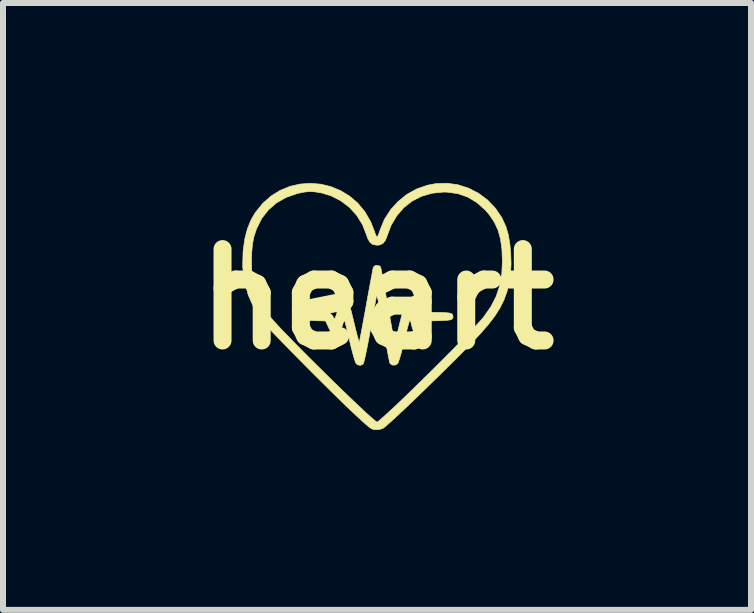
<source format=kicad_pcb>
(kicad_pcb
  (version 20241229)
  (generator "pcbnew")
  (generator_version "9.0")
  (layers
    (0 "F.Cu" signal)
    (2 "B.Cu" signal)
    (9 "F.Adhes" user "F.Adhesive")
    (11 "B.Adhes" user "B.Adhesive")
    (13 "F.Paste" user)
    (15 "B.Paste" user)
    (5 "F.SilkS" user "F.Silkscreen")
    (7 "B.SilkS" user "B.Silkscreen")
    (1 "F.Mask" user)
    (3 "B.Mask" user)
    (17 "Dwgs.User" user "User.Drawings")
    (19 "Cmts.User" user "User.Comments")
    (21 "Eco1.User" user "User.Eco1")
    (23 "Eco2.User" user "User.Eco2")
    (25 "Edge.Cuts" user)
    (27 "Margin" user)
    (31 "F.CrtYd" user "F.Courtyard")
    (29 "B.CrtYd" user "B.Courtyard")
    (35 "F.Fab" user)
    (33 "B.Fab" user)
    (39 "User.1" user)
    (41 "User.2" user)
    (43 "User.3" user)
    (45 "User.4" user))
  (footprint "heart"
    (layer "F.Cu")
    (at 3.237 1.938)
    (property "Reference" "heart" (at 0 0 0) (layer "F.SilkS") (effects (font (size 1.524 1.524) (thickness 0.3))))
    (attr through_hole)
    (fp_poly (pts (xy 1.347 -1.908) (xy 1.525 -1.851) (xy 1.691 -1.766) (xy 1.842 -1.654) (xy 1.973 -1.517) (xy 2.08 -1.36) (xy 2.149 -1.21) (xy 2.187 -1.081) (xy 2.214 -0.928) (xy 2.23 -0.761) (xy 2.235 -0.591) (xy 2.227 -0.427) (xy 2.207 -0.282) (xy 2.205 -0.276) (xy 2.167 -0.125) (xy 2.116 0.015) (xy 2.049 0.149) (xy 1.963 0.284) (xy 1.854 0.426) (xy 1.718 0.582) (xy 1.71 0.59) (xy 1.636 0.669) (xy 1.545 0.763) (xy 1.441 0.87) (xy 1.325 0.987) (xy 1.2 1.111) (xy 1.071 1.239) (xy 0.938 1.369) (xy 0.806 1.498) (xy 0.677 1.623) (xy 0.554 1.741) (xy 0.44 1.85) (xy 0.336 1.946) (xy 0.248 2.028) (xy 0.176 2.092) (xy 0.125 2.136) (xy 0.096 2.156) (xy 0.053 2.17) (xy -0.006 2.177) (xy -0.018 2.177) (xy -0.046 2.176) (xy -0.072 2.169) (xy -0.102 2.154) (xy -0.139 2.128) (xy -0.189 2.086) (xy -0.256 2.025) (xy -0.332 1.956) (xy -0.42 1.873) (xy -0.523 1.775) (xy -0.638 1.663) (xy -0.763 1.541) (xy -0.894 1.411) (xy -1.029 1.277) (xy -1.164 1.142) (xy -1.297 1.007) (xy -1.425 0.878) (xy -1.544 0.755) (xy -1.653 0.643) (xy -1.748 0.544) (xy -1.825 0.462) (xy -1.883 0.398) (xy -1.918 0.357) (xy -1.92 0.354) (xy -2.051 0.15) (xy -2.147 -0.067) (xy -2.21 -0.297) (xy -2.24 -0.538) (xy -2.238 -0.633) (xy -2.094 -0.633) (xy -2.09 -0.483) (xy -2.076 -0.345) (xy -2.054 -0.233) (xy -1.981 -0.031) (xy -1.874 0.165) (xy -1.776 0.301) (xy -1.735 0.351) (xy -1.672 0.42) (xy -1.592 0.506) (xy -1.496 0.605) (xy -1.388 0.716) (xy -1.27 0.836) (xy -1.144 0.963) (xy -1.013 1.093) (xy -0.88 1.224) (xy -0.748 1.355) (xy -0.618 1.481) (xy -0.494 1.601) (xy -0.378 1.712) (xy -0.272 1.812) (xy -0.18 1.898) (xy -0.104 1.967) (xy -0.046 2.016) (xy -0.01 2.045) (xy 0.002 2.05) (xy 0.02 2.038) (xy 0.06 2.005) (xy 0.119 1.953) (xy 0.192 1.886) (xy 0.276 1.809) (xy 0.332 1.756) (xy 0.455 1.639) (xy 0.586 1.512) (xy 0.724 1.377) (xy 0.866 1.238) (xy 1.008 1.097) (xy 1.147 0.958) (xy 1.28 0.824) (xy 1.404 0.697) (xy 1.516 0.582) (xy 1.614 0.48) (xy 1.693 0.395) (xy 1.751 0.33) (xy 1.777 0.299) (xy 1.897 0.129) (xy 1.986 -0.045) (xy 2.047 -0.228) (xy 2.081 -0.428) (xy 2.09 -0.626) (xy 2.083 -0.826) (xy 2.06 -0.998) (xy 2.019 -1.148) (xy 1.957 -1.282) (xy 1.874 -1.405) (xy 1.804 -1.487) (xy 1.664 -1.611) (xy 1.513 -1.702) (xy 1.348 -1.759) (xy 1.168 -1.784) (xy 1.107 -1.785) (xy 0.918 -1.766) (xy 0.743 -1.715) (xy 0.584 -1.634) (xy 0.445 -1.524) (xy 0.327 -1.387) (xy 0.233 -1.227) (xy 0.173 -1.067) (xy 0.141 -0.983) (xy 0.1 -0.93) (xy 0.046 -0.904) (xy 0 -0.899) (xy -0.067 -0.91) (xy -0.117 -0.946) (xy -0.155 -1.01) (xy -0.175 -1.069) (xy -0.242 -1.241) (xy -0.339 -1.397) (xy -0.461 -1.531) (xy -0.606 -1.641) (xy -0.768 -1.724) (xy -0.921 -1.77) (xy -1.034 -1.789) (xy -1.131 -1.794) (xy -1.229 -1.783) (xy -1.329 -1.761) (xy -1.514 -1.697) (xy -1.675 -1.606) (xy -1.811 -1.488) (xy -1.923 -1.345) (xy -2.008 -1.176) (xy -2.053 -1.04) (xy -2.076 -0.923) (xy -2.089 -0.783) (xy -2.094 -0.633) (xy -2.238 -0.633) (xy -2.234 -0.789) (xy -2.231 -0.822) (xy -2.203 -1.013) (xy -2.16 -1.178) (xy -2.099 -1.324) (xy -2.031 -1.441) (xy -1.908 -1.594) (xy -1.769 -1.718) (xy -1.616 -1.813) (xy -1.453 -1.88) (xy -1.283 -1.919) (xy -1.11 -1.931) (xy -0.937 -1.917) (xy -0.769 -1.876) (xy -0.608 -1.809) (xy -0.458 -1.718) (xy -0.322 -1.602) (xy -0.205 -1.461) (xy -0.109 -1.297) (xy -0.053 -1.157) (xy -0.032 -1.096) (xy -0.013 -1.053) (xy 0.000115 -1.034) (xy 0.001 -1.034) (xy 0.012 -1.05) (xy 0.03 -1.092) (xy 0.051 -1.152) (xy 0.052 -1.157) (xy 0.124 -1.331) (xy 0.228 -1.493) (xy 0.346 -1.623) (xy 0.499 -1.747) (xy 0.662 -1.838) (xy 0.839 -1.899) (xy 0.973 -1.925) (xy 1.162 -1.933) (xy 1.347 -1.908)) (stroke (width 0.01) (type solid)) (fill yes) (layer "F.SilkS"))
    (fp_poly (pts (xy 0.046 -0.552) (xy 0.061 -0.531) (xy 0.067 -0.505) (xy 0.078 -0.449) (xy 0.093 -0.366) (xy 0.112 -0.262) (xy 0.134 -0.142) (xy 0.158 -0.01) (xy 0.163 0.018) (xy 0.187 0.156) (xy 0.211 0.287) (xy 0.233 0.406) (xy 0.251 0.507) (xy 0.265 0.584) (xy 0.275 0.632) (xy 0.275 0.635) (xy 0.296 0.735) (xy 0.38 0.398) (xy 0.407 0.292) (xy 0.432 0.197) (xy 0.454 0.12) (xy 0.469 0.066) (xy 0.478 0.04) (xy 0.478 0.04) (xy 0.506 0.024) (xy 0.55 0.019) (xy 0.591 0.026) (xy 0.609 0.038) (xy 0.619 0.065) (xy 0.636 0.116) (xy 0.656 0.183) (xy 0.662 0.206) (xy 0.702 0.353) (xy 0.732 0.295) (xy 0.752 0.263) (xy 0.775 0.242) (xy 0.81 0.228) (xy 0.862 0.221) (xy 0.938 0.22) (xy 1.041 0.222) (xy 1.131 0.225) (xy 1.192 0.23) (xy 1.23 0.237) (xy 1.251 0.249) (xy 1.259 0.259) (xy 1.269 0.298) (xy 1.259 0.322) (xy 1.244 0.337) (xy 1.217 0.347) (xy 1.17 0.353) (xy 1.098 0.357) (xy 1.046 0.359) (xy 0.853 0.364) (xy 0.799 0.481) (xy 0.77 0.543) (xy 0.748 0.578) (xy 0.725 0.594) (xy 0.696 0.599) (xy 0.69 0.599) (xy 0.647 0.592) (xy 0.621 0.566) (xy 0.609 0.54) (xy 0.588 0.48) (xy 0.571 0.415) (xy 0.571 0.411) (xy 0.56 0.371) (xy 0.548 0.355) (xy 0.544 0.357) (xy 0.536 0.379) (xy 0.521 0.43) (xy 0.501 0.505) (xy 0.478 0.598) (xy 0.452 0.703) (xy 0.452 0.706) (xy 0.425 0.813) (xy 0.4 0.91) (xy 0.376 0.991) (xy 0.357 1.048) (xy 0.344 1.076) (xy 0.306 1.099) (xy 0.26 1.1) (xy 0.222 1.079) (xy 0.211 1.062) (xy 0.206 1.038) (xy 0.195 0.982) (xy 0.179 0.901) (xy 0.16 0.798) (xy 0.138 0.678) (xy 0.114 0.546) (xy 0.108 0.513) (xy 0.079 0.35) (xy 0.056 0.22) (xy 0.037 0.119) (xy 0.023 0.045) (xy 0.012 -0.006) (xy 0.003 -0.037) (xy -0.003 -0.051) (xy -0.007 -0.051) (xy -0.01 -0.045) (xy -0.014 -0.024) (xy -0.024 0.029) (xy -0.038 0.109) (xy -0.057 0.211) (xy -0.078 0.33) (xy -0.102 0.463) (xy -0.111 0.515) (xy -0.138 0.663) (xy -0.163 0.794) (xy -0.186 0.905) (xy -0.205 0.993) (xy -0.22 1.053) (xy -0.231 1.081) (xy -0.232 1.082) (xy -0.277 1.105) (xy -0.324 1.095) (xy -0.348 1.075) (xy -0.361 1.048) (xy -0.38 0.991) (xy -0.403 0.912) (xy -0.428 0.816) (xy -0.452 0.717) (xy -0.477 0.611) (xy -0.5 0.517) (xy -0.518 0.44) (xy -0.532 0.386) (xy -0.538 0.363) (xy -0.548 0.365) (xy -0.563 0.395) (xy -0.581 0.449) (xy -0.582 0.452) (xy -0.605 0.525) (xy -0.625 0.57) (xy -0.647 0.592) (xy -0.676 0.597) (xy -0.701 0.596) (xy -0.732 0.587) (xy -0.757 0.566) (xy -0.783 0.523) (xy -0.806 0.477) (xy -0.859 0.364) (xy -1.06 0.359) (xy -1.147 0.356) (xy -1.205 0.353) (xy -1.24 0.347) (xy -1.258 0.338) (xy -1.265 0.323) (xy -1.267 0.312) (xy -1.268 0.275) (xy -1.256 0.249) (xy -1.227 0.232) (xy -1.175 0.223) (xy -1.095 0.218) (xy -1.014 0.218) (xy -0.92 0.218) (xy -0.856 0.221) (xy -0.813 0.226) (xy -0.786 0.236) (xy -0.766 0.251) (xy -0.762 0.254) (xy -0.735 0.286) (xy -0.726 0.308) (xy -0.714 0.326) (xy -0.71 0.327) (xy -0.698 0.31) (xy -0.681 0.268) (xy -0.663 0.207) (xy -0.66 0.197) (xy -0.64 0.13) (xy -0.62 0.075) (xy -0.603 0.044) (xy -0.602 0.042) (xy -0.562 0.021) (xy -0.516 0.022) (xy -0.48 0.042) (xy -0.475 0.05) (xy -0.465 0.077) (xy -0.449 0.134) (xy -0.428 0.213) (xy -0.404 0.308) (xy -0.381 0.404) (xy -0.356 0.506) (xy -0.334 0.594) (xy -0.315 0.662) (xy -0.303 0.706) (xy -0.297 0.72) (xy -0.292 0.701) (xy -0.282 0.651) (xy -0.267 0.573) (xy -0.248 0.473) (xy -0.226 0.353) (xy -0.201 0.218) (xy -0.181 0.107) (xy -0.155 -0.037) (xy -0.13 -0.172) (xy -0.108 -0.291) (xy -0.089 -0.391) (xy -0.075 -0.468) (xy -0.065 -0.516) (xy -0.062 -0.531) (xy -0.036 -0.557) (xy 0 -0.562) (xy 0.046 -0.552)) (stroke (width 0.01) (type solid)) (fill yes) (layer "F.SilkS")))
  (gr_rect
    (start -3 -3)
    (end 9.473 7.12)
    (stroke (width 0.1) (type default))
    (fill no)
    (layer "Edge.Cuts")))
</source>
